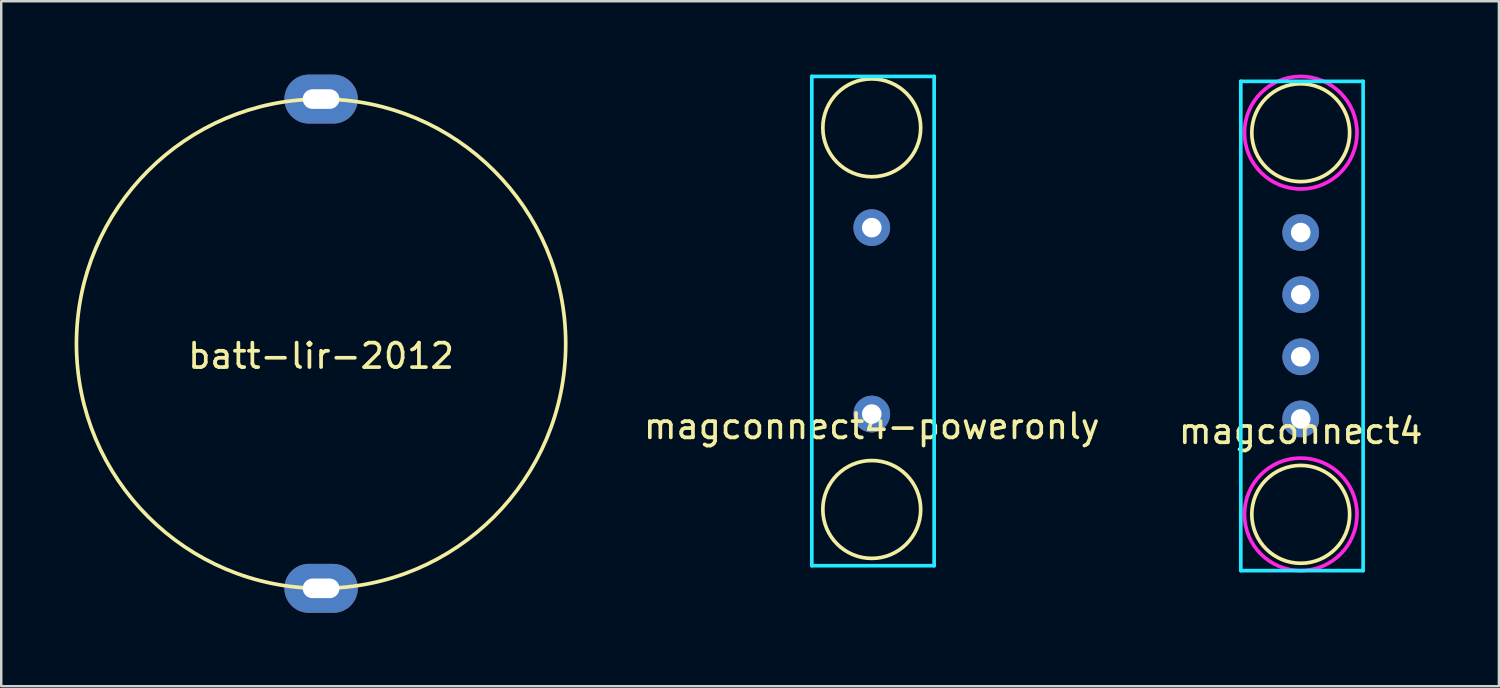
<source format=kicad_pcb>
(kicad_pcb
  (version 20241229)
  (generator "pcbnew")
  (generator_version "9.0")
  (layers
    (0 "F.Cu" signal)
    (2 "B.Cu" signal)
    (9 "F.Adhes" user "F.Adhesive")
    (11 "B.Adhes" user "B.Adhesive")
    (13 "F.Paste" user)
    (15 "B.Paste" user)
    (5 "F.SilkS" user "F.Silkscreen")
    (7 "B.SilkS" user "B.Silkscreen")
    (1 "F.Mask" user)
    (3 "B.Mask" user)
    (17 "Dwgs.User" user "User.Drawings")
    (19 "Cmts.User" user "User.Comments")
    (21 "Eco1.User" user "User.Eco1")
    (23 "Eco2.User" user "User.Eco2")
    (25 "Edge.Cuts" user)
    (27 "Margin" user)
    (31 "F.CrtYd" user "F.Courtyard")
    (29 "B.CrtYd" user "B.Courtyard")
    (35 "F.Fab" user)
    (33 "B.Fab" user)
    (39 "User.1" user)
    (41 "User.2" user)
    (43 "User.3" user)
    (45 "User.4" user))
  (footprint "batt-lir-2012"
    (layer "F.Cu")
    (at 10.075 11)
    (property "Reference" "batt-lir-2012" (at 0 0.5 0) (layer "F.SilkS") (effects (font (size 1 1) (thickness 0.15))))
    (attr through_hole)
    (fp_circle (center 0 0) (end 10 0) (stroke (width 0.15) (type solid)) (fill no) (layer "F.SilkS"))
    (pad "1" thru_hole oval (at 0 -10) (size 3 2) (drill oval 1.5 0.8) (layers "B.Cu" "B.Mask"))
    (pad "2" thru_hole oval (at 0 10) (size 3 2) (drill oval 1.5 0.8) (layers "B.Cu" "B.Mask")))
  (footprint "magconnect4"
    (layer "F.Cu")
    (at 50.12 10.175)
    (property "Reference" "magconnect4" (at 0 4.4 0) (layer "F.SilkS") (effects (font (size 1 1) (thickness 0.15))))
    (attr through_hole)
    (fp_circle (center 0 -7.8) (end 2 -7.8) (stroke (width 0.15) (type solid)) (fill no) (layer "F.SilkS"))
    (fp_circle (center 0 7.8) (end 2 7.8) (stroke (width 0.15) (type solid)) (fill no) (layer "F.SilkS"))
    (fp_line (start -2.45 -9.9) (end 2.55 -9.9) (stroke (width 0.15) (type solid)) (layer "B.CrtYd"))
    (fp_line (start -2.45 10.1) (end -2.45 -9.9) (stroke (width 0.15) (type solid)) (layer "B.CrtYd"))
    (fp_line (start 2.55 -9.9) (end 2.55 10.1) (stroke (width 0.15) (type solid)) (layer "B.CrtYd"))
    (fp_line (start 2.55 10.1) (end -2.45 10.1) (stroke (width 0.15) (type solid)) (layer "B.CrtYd"))
    (fp_circle (center 0 -7.8) (end 2.3 -7.8) (stroke (width 0.15) (type solid)) (fill no) (layer "F.CrtYd"))
    (fp_circle (center 0 7.8) (end 2.3 7.8) (stroke (width 0.15) (type solid)) (fill no) (layer "F.CrtYd"))
    (pad "1" thru_hole circle (at 0 3.9) (size 1.5 1.5) (drill 0.8) (layers "B.Cu" "B.Mask"))
    (pad "2" thru_hole circle (at 0 1.36) (size 1.5 1.5) (drill 0.8) (layers "B.Cu" "B.Mask"))
    (pad "3" thru_hole circle (at 0 -1.18) (size 1.5 1.5) (drill 0.8) (layers "B.Cu" "B.Mask"))
    (pad "4" thru_hole circle (at 0 -3.72) (size 1.5 1.5) (drill 0.8) (layers "B.Cu" "B.Mask")))
  (footprint "magconnect4-poweronly"
    (layer "F.Cu")
    (at 32.585 9.975)
    (property "Reference" "magconnect4-poweronly" (at 0 4.4 0) (layer "F.SilkS") (effects (font (size 1 1) (thickness 0.15))))
    (attr through_hole)
    (fp_circle (center 0 -7.8) (end 2 -7.8) (stroke (width 0.15) (type solid)) (fill no) (layer "F.SilkS"))
    (fp_circle (center 0 7.8) (end 2 7.8) (stroke (width 0.15) (type solid)) (fill no) (layer "F.SilkS"))
    (fp_line (start -2.45 -9.9) (end 2.55 -9.9) (stroke (width 0.15) (type solid)) (layer "B.CrtYd"))
    (fp_line (start -2.45 10.1) (end -2.45 -9.9) (stroke (width 0.15) (type solid)) (layer "B.CrtYd"))
    (fp_line (start 2.55 -9.9) (end 2.55 10.1) (stroke (width 0.15) (type solid)) (layer "B.CrtYd"))
    (fp_line (start 2.55 10.1) (end -2.45 10.1) (stroke (width 0.15) (type solid)) (layer "B.CrtYd"))
    (pad "1" thru_hole circle (at 0 3.9) (size 1.5 1.5) (drill 0.8) (layers "B.Cu" "B.Mask"))
    (pad "4" thru_hole circle (at 0 -3.72) (size 1.5 1.5) (drill 0.8) (layers "B.Cu" "B.Mask")))
  (gr_rect
    (start -3 -3)
    (end 58.221 25)
    (stroke (width 0.1) (type default))
    (fill no)
    (layer "Edge.Cuts")))
</source>
